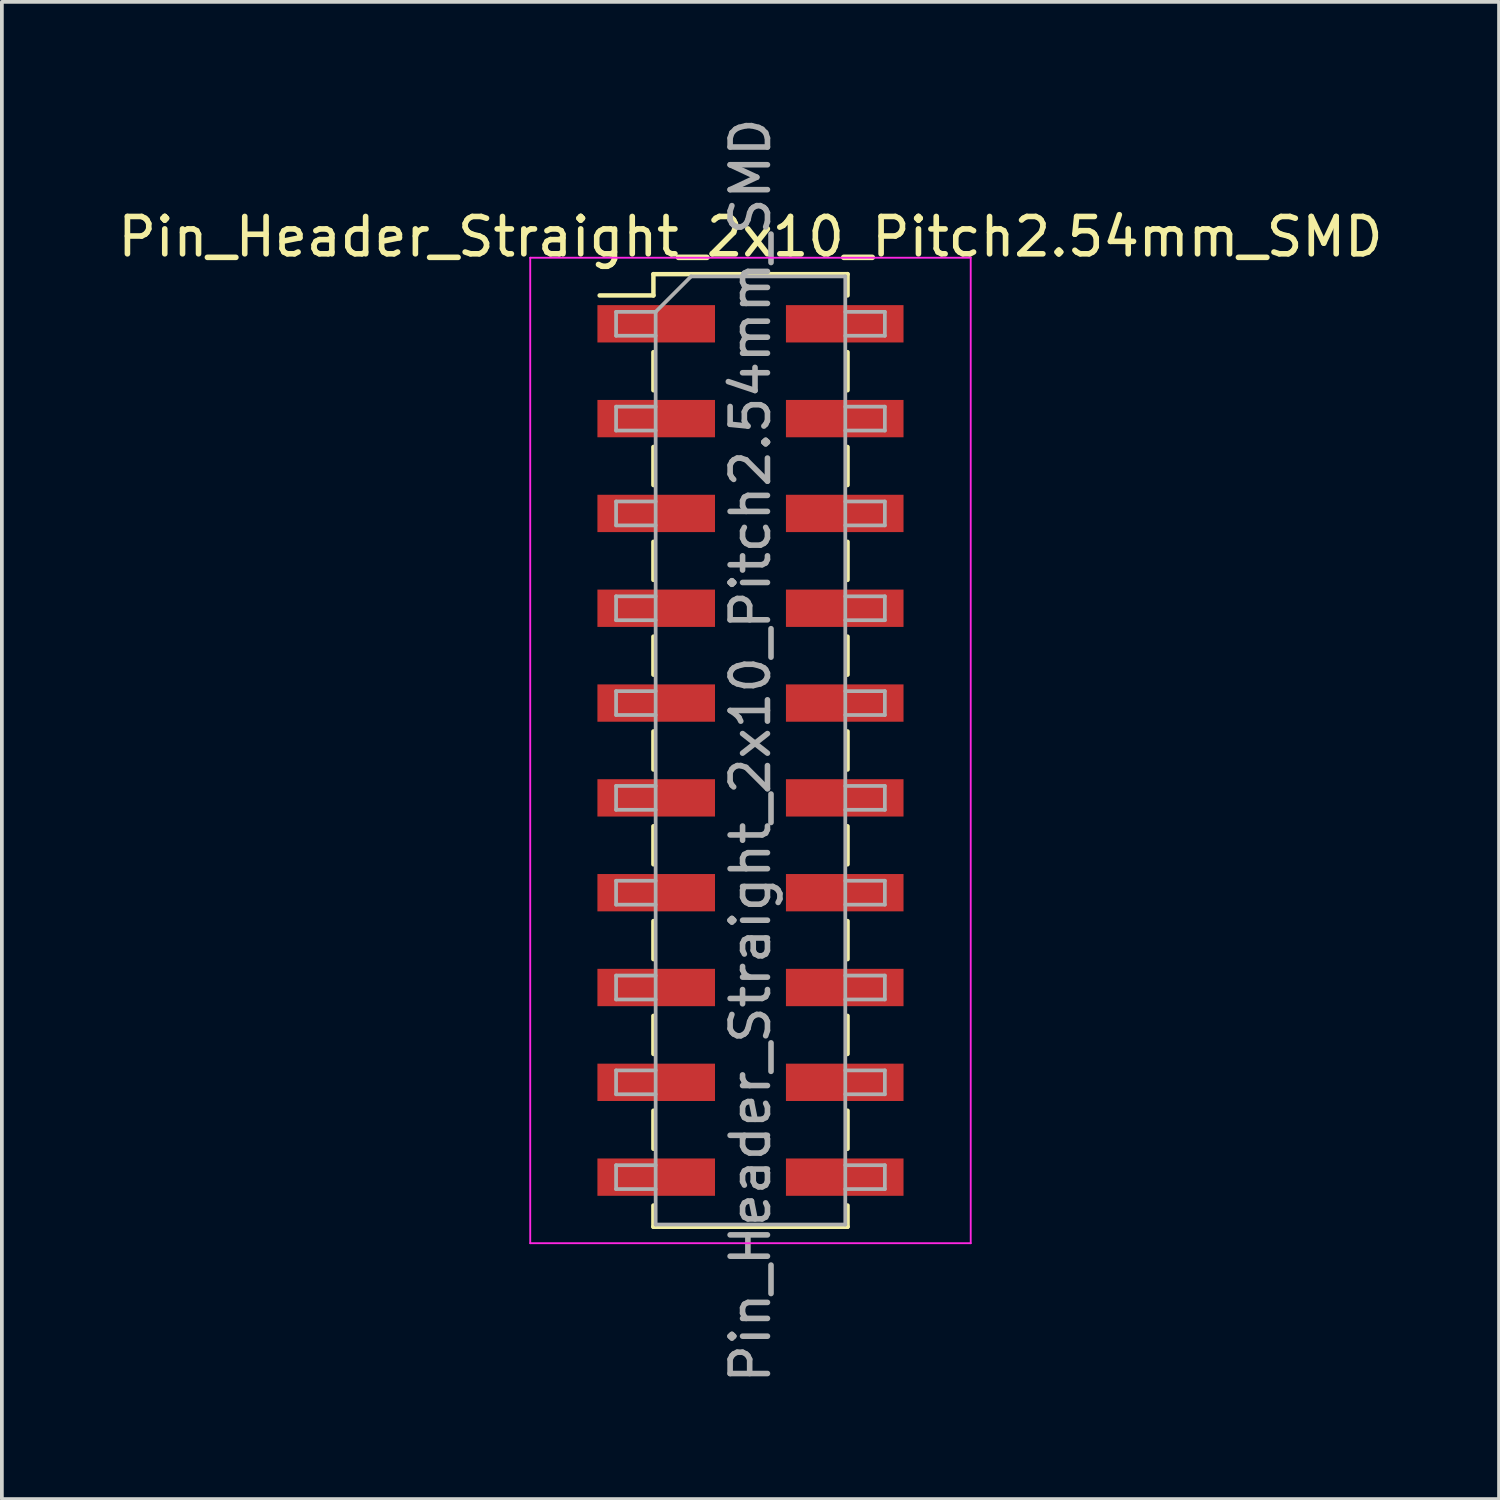
<source format=kicad_pcb>
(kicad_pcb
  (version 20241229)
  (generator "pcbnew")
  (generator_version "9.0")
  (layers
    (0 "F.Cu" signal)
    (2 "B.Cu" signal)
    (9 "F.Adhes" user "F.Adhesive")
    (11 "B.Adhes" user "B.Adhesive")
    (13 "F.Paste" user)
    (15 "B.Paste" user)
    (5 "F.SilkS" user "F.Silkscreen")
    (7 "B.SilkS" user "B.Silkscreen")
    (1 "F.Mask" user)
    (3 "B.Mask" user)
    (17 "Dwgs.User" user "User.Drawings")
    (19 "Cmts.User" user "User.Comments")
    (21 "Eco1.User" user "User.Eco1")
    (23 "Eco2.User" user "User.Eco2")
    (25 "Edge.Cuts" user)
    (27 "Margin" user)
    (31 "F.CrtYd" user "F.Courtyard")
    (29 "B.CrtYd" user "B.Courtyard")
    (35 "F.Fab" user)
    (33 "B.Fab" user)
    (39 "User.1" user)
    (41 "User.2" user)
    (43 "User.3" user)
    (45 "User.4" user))
  (footprint "Pin_Header_Straight_2x10_Pitch2.54mm_SMD"
    (layer "F.Cu")
    (at 17.054 17.054)
    (property "Reference" "Pin_Header_Straight_2x10_Pitch2.54mm_SMD" (at 0 -13.76 0) (layer "F.SilkS") (effects (font (size 1 1) (thickness 0.15))))
    (attr smd)
    (fp_line (start -4.04 -12.19) (end -2.6 -12.19) (stroke (width 0.12) (type solid)) (layer "F.SilkS"))
    (fp_line (start -2.6 -12.76) (end -2.6 -12.19) (stroke (width 0.12) (type solid)) (layer "F.SilkS"))
    (fp_line (start -2.6 -12.76) (end 2.6 -12.76) (stroke (width 0.12) (type solid)) (layer "F.SilkS"))
    (fp_line (start -2.6 -10.67) (end -2.6 -9.65) (stroke (width 0.12) (type solid)) (layer "F.SilkS"))
    (fp_line (start -2.6 -8.13) (end -2.6 -7.11) (stroke (width 0.12) (type solid)) (layer "F.SilkS"))
    (fp_line (start -2.6 -5.59) (end -2.6 -4.57) (stroke (width 0.12) (type solid)) (layer "F.SilkS"))
    (fp_line (start -2.6 -3.05) (end -2.6 -2.03) (stroke (width 0.12) (type solid)) (layer "F.SilkS"))
    (fp_line (start -2.6 -0.51) (end -2.6 0.51) (stroke (width 0.12) (type solid)) (layer "F.SilkS"))
    (fp_line (start -2.6 2.03) (end -2.6 3.05) (stroke (width 0.12) (type solid)) (layer "F.SilkS"))
    (fp_line (start -2.6 4.57) (end -2.6 5.59) (stroke (width 0.12) (type solid)) (layer "F.SilkS"))
    (fp_line (start -2.6 7.11) (end -2.6 8.13) (stroke (width 0.12) (type solid)) (layer "F.SilkS"))
    (fp_line (start -2.6 9.65) (end -2.6 10.67) (stroke (width 0.12) (type solid)) (layer "F.SilkS"))
    (fp_line (start -2.6 12.19) (end -2.6 12.76) (stroke (width 0.12) (type solid)) (layer "F.SilkS"))
    (fp_line (start -2.6 12.76) (end 2.6 12.76) (stroke (width 0.12) (type solid)) (layer "F.SilkS"))
    (fp_line (start 2.6 -12.76) (end 2.6 -12.19) (stroke (width 0.12) (type solid)) (layer "F.SilkS"))
    (fp_line (start 2.6 -10.67) (end 2.6 -9.65) (stroke (width 0.12) (type solid)) (layer "F.SilkS"))
    (fp_line (start 2.6 -8.13) (end 2.6 -7.11) (stroke (width 0.12) (type solid)) (layer "F.SilkS"))
    (fp_line (start 2.6 -5.59) (end 2.6 -4.57) (stroke (width 0.12) (type solid)) (layer "F.SilkS"))
    (fp_line (start 2.6 -3.05) (end 2.6 -2.03) (stroke (width 0.12) (type solid)) (layer "F.SilkS"))
    (fp_line (start 2.6 -0.51) (end 2.6 0.51) (stroke (width 0.12) (type solid)) (layer "F.SilkS"))
    (fp_line (start 2.6 2.03) (end 2.6 3.05) (stroke (width 0.12) (type solid)) (layer "F.SilkS"))
    (fp_line (start 2.6 4.57) (end 2.6 5.59) (stroke (width 0.12) (type solid)) (layer "F.SilkS"))
    (fp_line (start 2.6 7.11) (end 2.6 8.13) (stroke (width 0.12) (type solid)) (layer "F.SilkS"))
    (fp_line (start 2.6 9.65) (end 2.6 10.67) (stroke (width 0.12) (type solid)) (layer "F.SilkS"))
    (fp_line (start 2.6 12.19) (end 2.6 12.76) (stroke (width 0.12) (type solid)) (layer "F.SilkS"))
    (fp_line (start -5.9 -13.2) (end -5.9 13.2) (stroke (width 0.05) (type solid)) (layer "F.CrtYd"))
    (fp_line (start -5.9 13.2) (end 5.9 13.2) (stroke (width 0.05) (type solid)) (layer "F.CrtYd"))
    (fp_line (start 5.9 -13.2) (end -5.9 -13.2) (stroke (width 0.05) (type solid)) (layer "F.CrtYd"))
    (fp_line (start 5.9 13.2) (end 5.9 -13.2) (stroke (width 0.05) (type solid)) (layer "F.CrtYd"))
    (fp_line (start -3.6 -11.75) (end -3.6 -11.11) (stroke (width 0.1) (type solid)) (layer "F.Fab"))
    (fp_line (start -3.6 -11.11) (end -2.54 -11.11) (stroke (width 0.1) (type solid)) (layer "F.Fab"))
    (fp_line (start -3.6 -9.21) (end -3.6 -8.57) (stroke (width 0.1) (type solid)) (layer "F.Fab"))
    (fp_line (start -3.6 -8.57) (end -2.54 -8.57) (stroke (width 0.1) (type solid)) (layer "F.Fab"))
    (fp_line (start -3.6 -6.67) (end -3.6 -6.03) (stroke (width 0.1) (type solid)) (layer "F.Fab"))
    (fp_line (start -3.6 -6.03) (end -2.54 -6.03) (stroke (width 0.1) (type solid)) (layer "F.Fab"))
    (fp_line (start -3.6 -4.13) (end -3.6 -3.49) (stroke (width 0.1) (type solid)) (layer "F.Fab"))
    (fp_line (start -3.6 -3.49) (end -2.54 -3.49) (stroke (width 0.1) (type solid)) (layer "F.Fab"))
    (fp_line (start -3.6 -1.59) (end -3.6 -0.95) (stroke (width 0.1) (type solid)) (layer "F.Fab"))
    (fp_line (start -3.6 -0.95) (end -2.54 -0.95) (stroke (width 0.1) (type solid)) (layer "F.Fab"))
    (fp_line (start -3.6 0.95) (end -3.6 1.59) (stroke (width 0.1) (type solid)) (layer "F.Fab"))
    (fp_line (start -3.6 1.59) (end -2.54 1.59) (stroke (width 0.1) (type solid)) (layer "F.Fab"))
    (fp_line (start -3.6 3.49) (end -3.6 4.13) (stroke (width 0.1) (type solid)) (layer "F.Fab"))
    (fp_line (start -3.6 4.13) (end -2.54 4.13) (stroke (width 0.1) (type solid)) (layer "F.Fab"))
    (fp_line (start -3.6 6.03) (end -3.6 6.67) (stroke (width 0.1) (type solid)) (layer "F.Fab"))
    (fp_line (start -3.6 6.67) (end -2.54 6.67) (stroke (width 0.1) (type solid)) (layer "F.Fab"))
    (fp_line (start -3.6 8.57) (end -3.6 9.21) (stroke (width 0.1) (type solid)) (layer "F.Fab"))
    (fp_line (start -3.6 9.21) (end -2.54 9.21) (stroke (width 0.1) (type solid)) (layer "F.Fab"))
    (fp_line (start -3.6 11.11) (end -3.6 11.75) (stroke (width 0.1) (type solid)) (layer "F.Fab"))
    (fp_line (start -3.6 11.75) (end -2.54 11.75) (stroke (width 0.1) (type solid)) (layer "F.Fab"))
    (fp_line (start -2.54 -11.75) (end -3.6 -11.75) (stroke (width 0.1) (type solid)) (layer "F.Fab"))
    (fp_line (start -2.54 -11.75) (end -1.59 -12.7) (stroke (width 0.1) (type solid)) (layer "F.Fab"))
    (fp_line (start -2.54 -9.21) (end -3.6 -9.21) (stroke (width 0.1) (type solid)) (layer "F.Fab"))
    (fp_line (start -2.54 -6.67) (end -3.6 -6.67) (stroke (width 0.1) (type solid)) (layer "F.Fab"))
    (fp_line (start -2.54 -4.13) (end -3.6 -4.13) (stroke (width 0.1) (type solid)) (layer "F.Fab"))
    (fp_line (start -2.54 -1.59) (end -3.6 -1.59) (stroke (width 0.1) (type solid)) (layer "F.Fab"))
    (fp_line (start -2.54 0.95) (end -3.6 0.95) (stroke (width 0.1) (type solid)) (layer "F.Fab"))
    (fp_line (start -2.54 3.49) (end -3.6 3.49) (stroke (width 0.1) (type solid)) (layer "F.Fab"))
    (fp_line (start -2.54 6.03) (end -3.6 6.03) (stroke (width 0.1) (type solid)) (layer "F.Fab"))
    (fp_line (start -2.54 8.57) (end -3.6 8.57) (stroke (width 0.1) (type solid)) (layer "F.Fab"))
    (fp_line (start -2.54 11.11) (end -3.6 11.11) (stroke (width 0.1) (type solid)) (layer "F.Fab"))
    (fp_line (start -2.54 12.7) (end -2.54 -11.75) (stroke (width 0.1) (type solid)) (layer "F.Fab"))
    (fp_line (start -1.59 -12.7) (end 2.54 -12.7) (stroke (width 0.1) (type solid)) (layer "F.Fab"))
    (fp_line (start 2.54 -12.7) (end 2.54 12.7) (stroke (width 0.1) (type solid)) (layer "F.Fab"))
    (fp_line (start 2.54 -11.75) (end 3.6 -11.75) (stroke (width 0.1) (type solid)) (layer "F.Fab"))
    (fp_line (start 2.54 -9.21) (end 3.6 -9.21) (stroke (width 0.1) (type solid)) (layer "F.Fab"))
    (fp_line (start 2.54 -6.67) (end 3.6 -6.67) (stroke (width 0.1) (type solid)) (layer "F.Fab"))
    (fp_line (start 2.54 -4.13) (end 3.6 -4.13) (stroke (width 0.1) (type solid)) (layer "F.Fab"))
    (fp_line (start 2.54 -1.59) (end 3.6 -1.59) (stroke (width 0.1) (type solid)) (layer "F.Fab"))
    (fp_line (start 2.54 0.95) (end 3.6 0.95) (stroke (width 0.1) (type solid)) (layer "F.Fab"))
    (fp_line (start 2.54 3.49) (end 3.6 3.49) (stroke (width 0.1) (type solid)) (layer "F.Fab"))
    (fp_line (start 2.54 6.03) (end 3.6 6.03) (stroke (width 0.1) (type solid)) (layer "F.Fab"))
    (fp_line (start 2.54 8.57) (end 3.6 8.57) (stroke (width 0.1) (type solid)) (layer "F.Fab"))
    (fp_line (start 2.54 11.11) (end 3.6 11.11) (stroke (width 0.1) (type solid)) (layer "F.Fab"))
    (fp_line (start 2.54 12.7) (end -2.54 12.7) (stroke (width 0.1) (type solid)) (layer "F.Fab"))
    (fp_line (start 3.6 -11.75) (end 3.6 -11.11) (stroke (width 0.1) (type solid)) (layer "F.Fab"))
    (fp_line (start 3.6 -11.11) (end 2.54 -11.11) (stroke (width 0.1) (type solid)) (layer "F.Fab"))
    (fp_line (start 3.6 -9.21) (end 3.6 -8.57) (stroke (width 0.1) (type solid)) (layer "F.Fab"))
    (fp_line (start 3.6 -8.57) (end 2.54 -8.57) (stroke (width 0.1) (type solid)) (layer "F.Fab"))
    (fp_line (start 3.6 -6.67) (end 3.6 -6.03) (stroke (width 0.1) (type solid)) (layer "F.Fab"))
    (fp_line (start 3.6 -6.03) (end 2.54 -6.03) (stroke (width 0.1) (type solid)) (layer "F.Fab"))
    (fp_line (start 3.6 -4.13) (end 3.6 -3.49) (stroke (width 0.1) (type solid)) (layer "F.Fab"))
    (fp_line (start 3.6 -3.49) (end 2.54 -3.49) (stroke (width 0.1) (type solid)) (layer "F.Fab"))
    (fp_line (start 3.6 -1.59) (end 3.6 -0.95) (stroke (width 0.1) (type solid)) (layer "F.Fab"))
    (fp_line (start 3.6 -0.95) (end 2.54 -0.95) (stroke (width 0.1) (type solid)) (layer "F.Fab"))
    (fp_line (start 3.6 0.95) (end 3.6 1.59) (stroke (width 0.1) (type solid)) (layer "F.Fab"))
    (fp_line (start 3.6 1.59) (end 2.54 1.59) (stroke (width 0.1) (type solid)) (layer "F.Fab"))
    (fp_line (start 3.6 3.49) (end 3.6 4.13) (stroke (width 0.1) (type solid)) (layer "F.Fab"))
    (fp_line (start 3.6 4.13) (end 2.54 4.13) (stroke (width 0.1) (type solid)) (layer "F.Fab"))
    (fp_line (start 3.6 6.03) (end 3.6 6.67) (stroke (width 0.1) (type solid)) (layer "F.Fab"))
    (fp_line (start 3.6 6.67) (end 2.54 6.67) (stroke (width 0.1) (type solid)) (layer "F.Fab"))
    (fp_line (start 3.6 8.57) (end 3.6 9.21) (stroke (width 0.1) (type solid)) (layer "F.Fab"))
    (fp_line (start 3.6 9.21) (end 2.54 9.21) (stroke (width 0.1) (type solid)) (layer "F.Fab"))
    (fp_line (start 3.6 11.11) (end 3.6 11.75) (stroke (width 0.1) (type solid)) (layer "F.Fab"))
    (fp_line (start 3.6 11.75) (end 2.54 11.75) (stroke (width 0.1) (type solid)) (layer "F.Fab"))
    (fp_text user "${REFERENCE}" (at 0 0 90) (layer "F.Fab") (effects (font (size 1 1) (thickness 0.15))))
    (pad "1" smd rect (at -2.525 -11.43) (size 3.15 1) (layers "F.Cu" "F.Mask" "F.Paste"))
    (pad "2" smd rect (at 2.525 -11.43) (size 3.15 1) (layers "F.Cu" "F.Mask" "F.Paste"))
    (pad "3" smd rect (at -2.525 -8.89) (size 3.15 1) (layers "F.Cu" "F.Mask" "F.Paste"))
    (pad "4" smd rect (at 2.525 -8.89) (size 3.15 1) (layers "F.Cu" "F.Mask" "F.Paste"))
    (pad "5" smd rect (at -2.525 -6.35) (size 3.15 1) (layers "F.Cu" "F.Mask" "F.Paste"))
    (pad "6" smd rect (at 2.525 -6.35) (size 3.15 1) (layers "F.Cu" "F.Mask" "F.Paste"))
    (pad "7" smd rect (at -2.525 -3.81) (size 3.15 1) (layers "F.Cu" "F.Mask" "F.Paste"))
    (pad "8" smd rect (at 2.525 -3.81) (size 3.15 1) (layers "F.Cu" "F.Mask" "F.Paste"))
    (pad "9" smd rect (at -2.525 -1.27) (size 3.15 1) (layers "F.Cu" "F.Mask" "F.Paste"))
    (pad "10" smd rect (at 2.525 -1.27) (size 3.15 1) (layers "F.Cu" "F.Mask" "F.Paste"))
    (pad "11" smd rect (at -2.525 1.27) (size 3.15 1) (layers "F.Cu" "F.Mask" "F.Paste"))
    (pad "12" smd rect (at 2.525 1.27) (size 3.15 1) (layers "F.Cu" "F.Mask" "F.Paste"))
    (pad "13" smd rect (at -2.525 3.81) (size 3.15 1) (layers "F.Cu" "F.Mask" "F.Paste"))
    (pad "14" smd rect (at 2.525 3.81) (size 3.15 1) (layers "F.Cu" "F.Mask" "F.Paste"))
    (pad "15" smd rect (at -2.525 6.35) (size 3.15 1) (layers "F.Cu" "F.Mask" "F.Paste"))
    (pad "16" smd rect (at 2.525 6.35) (size 3.15 1) (layers "F.Cu" "F.Mask" "F.Paste"))
    (pad "17" smd rect (at -2.525 8.89) (size 3.15 1) (layers "F.Cu" "F.Mask" "F.Paste"))
    (pad "18" smd rect (at 2.525 8.89) (size 3.15 1) (layers "F.Cu" "F.Mask" "F.Paste"))
    (pad "19" smd rect (at -2.525 11.43) (size 3.15 1) (layers "F.Cu" "F.Mask" "F.Paste"))
    (pad "20" smd rect (at 2.525 11.43) (size 3.15 1) (layers "F.Cu" "F.Mask" "F.Paste")))
  (gr_rect
    (start -3 -3)
    (end 37.107 37.107)
    (stroke (width 0.1) (type default))
    (fill no)
    (layer "Edge.Cuts")))
</source>
